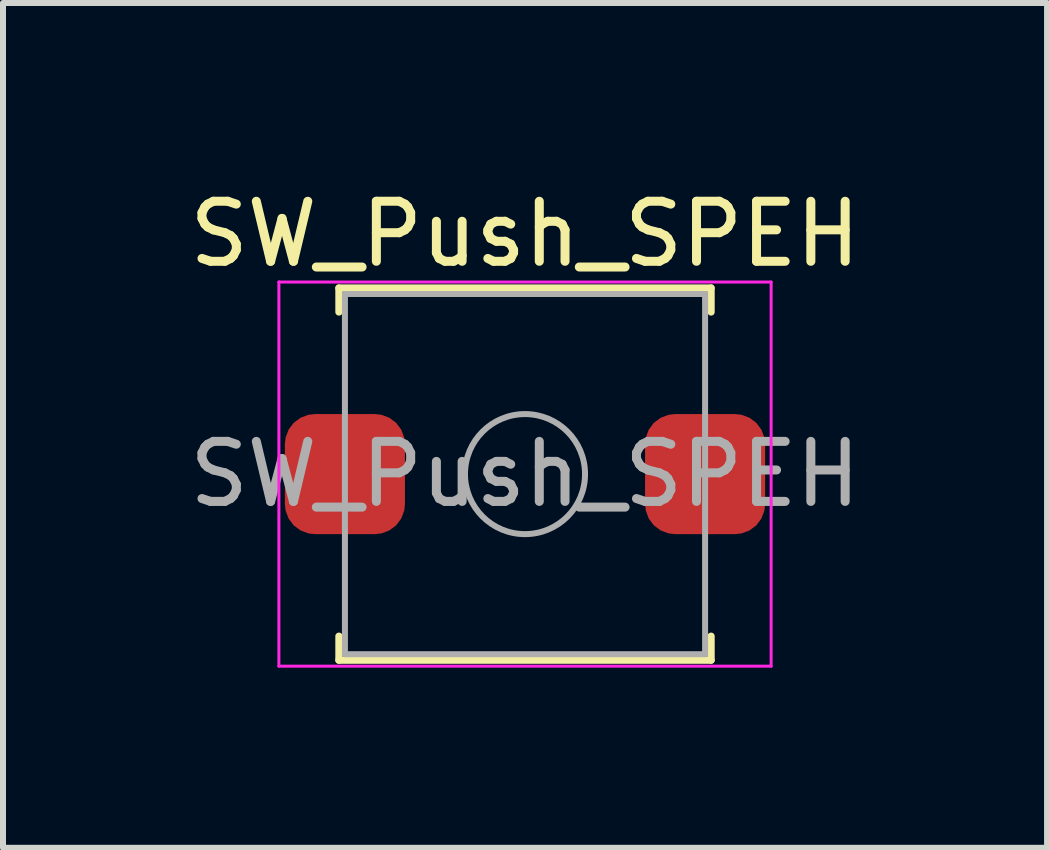
<source format=kicad_pcb>
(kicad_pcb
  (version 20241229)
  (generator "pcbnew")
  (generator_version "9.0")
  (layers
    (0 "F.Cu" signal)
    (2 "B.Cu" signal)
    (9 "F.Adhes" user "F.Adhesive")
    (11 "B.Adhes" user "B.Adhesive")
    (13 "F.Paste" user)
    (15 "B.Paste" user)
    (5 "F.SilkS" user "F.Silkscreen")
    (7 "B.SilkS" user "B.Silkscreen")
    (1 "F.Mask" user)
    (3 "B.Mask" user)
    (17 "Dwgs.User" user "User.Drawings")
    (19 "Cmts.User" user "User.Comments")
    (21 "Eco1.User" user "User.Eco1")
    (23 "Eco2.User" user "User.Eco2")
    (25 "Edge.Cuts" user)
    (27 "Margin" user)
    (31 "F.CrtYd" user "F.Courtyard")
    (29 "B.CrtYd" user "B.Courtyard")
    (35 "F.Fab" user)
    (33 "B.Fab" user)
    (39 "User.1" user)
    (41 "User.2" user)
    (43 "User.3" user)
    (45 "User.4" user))
  (footprint "SW_Push_SPEH"
    (layer "F.Cu")
    (at 5.696 4.848)
    (property "Reference" "SW_Push_SPEH" (at 0 -4 0) (layer "F.SilkS") (effects (font (size 1 1) (thickness 0.15))))
    (attr smd)
    (fp_line (start -3.1 -3.1) (end 3.1 -3.1) (stroke (width 0.12) (type solid)) (layer "F.SilkS"))
    (fp_line (start -3.1 -2.7) (end -3.1 -3.1) (stroke (width 0.12) (type solid)) (layer "F.SilkS"))
    (fp_line (start -3.1 3.1) (end -3.1 2.7) (stroke (width 0.12) (type solid)) (layer "F.SilkS"))
    (fp_line (start 3.1 -3.1) (end 3.1 -2.7) (stroke (width 0.12) (type solid)) (layer "F.SilkS"))
    (fp_line (start 3.1 2.7) (end 3.1 3.1) (stroke (width 0.12) (type solid)) (layer "F.SilkS"))
    (fp_line (start 3.1 3.1) (end -3.1 3.1) (stroke (width 0.12) (type solid)) (layer "F.SilkS"))
    (fp_line (start -4.1 -3.2) (end 4.1 -3.2) (stroke (width 0.05) (type solid)) (layer "F.CrtYd"))
    (fp_line (start -4.1 3.2) (end -4.1 -3.2) (stroke (width 0.05) (type solid)) (layer "F.CrtYd"))
    (fp_line (start 4.1 -3.2) (end 4.1 3.2) (stroke (width 0.05) (type solid)) (layer "F.CrtYd"))
    (fp_line (start 4.1 3.2) (end -4.1 3.2) (stroke (width 0.05) (type solid)) (layer "F.CrtYd"))
    (fp_line (start -3 -3) (end 3 -3) (stroke (width 0.1) (type solid)) (layer "F.Fab"))
    (fp_line (start -3 3) (end -3 -3) (stroke (width 0.1) (type solid)) (layer "F.Fab"))
    (fp_line (start 3 -3) (end 3 3) (stroke (width 0.1) (type solid)) (layer "F.Fab"))
    (fp_line (start 3 3) (end -3 3) (stroke (width 0.1) (type solid)) (layer "F.Fab"))
    (fp_circle (center 0 0) (end 1 0) (stroke (width 0.1) (type solid)) (fill no) (layer "F.Fab"))
    (fp_text user "${REFERENCE}" (at 0 0 0) (layer "F.Fab") (effects (font (size 1 1) (thickness 0.15))))
    (pad "1" smd roundrect (at -3 0) (size 2 2) (layers "F.Cu" "F.Mask" "F.Paste") (roundrect_rratio 0.25))
    (pad "2" smd roundrect (at 3 0) (size 2 2) (layers "F.Cu" "F.Mask" "F.Paste") (roundrect_rratio 0.25)))
  (gr_rect
    (start -3 -3)
    (end 14.393 11.073)
    (stroke (width 0.1) (type default))
    (fill no)
    (layer "Edge.Cuts")))
</source>
